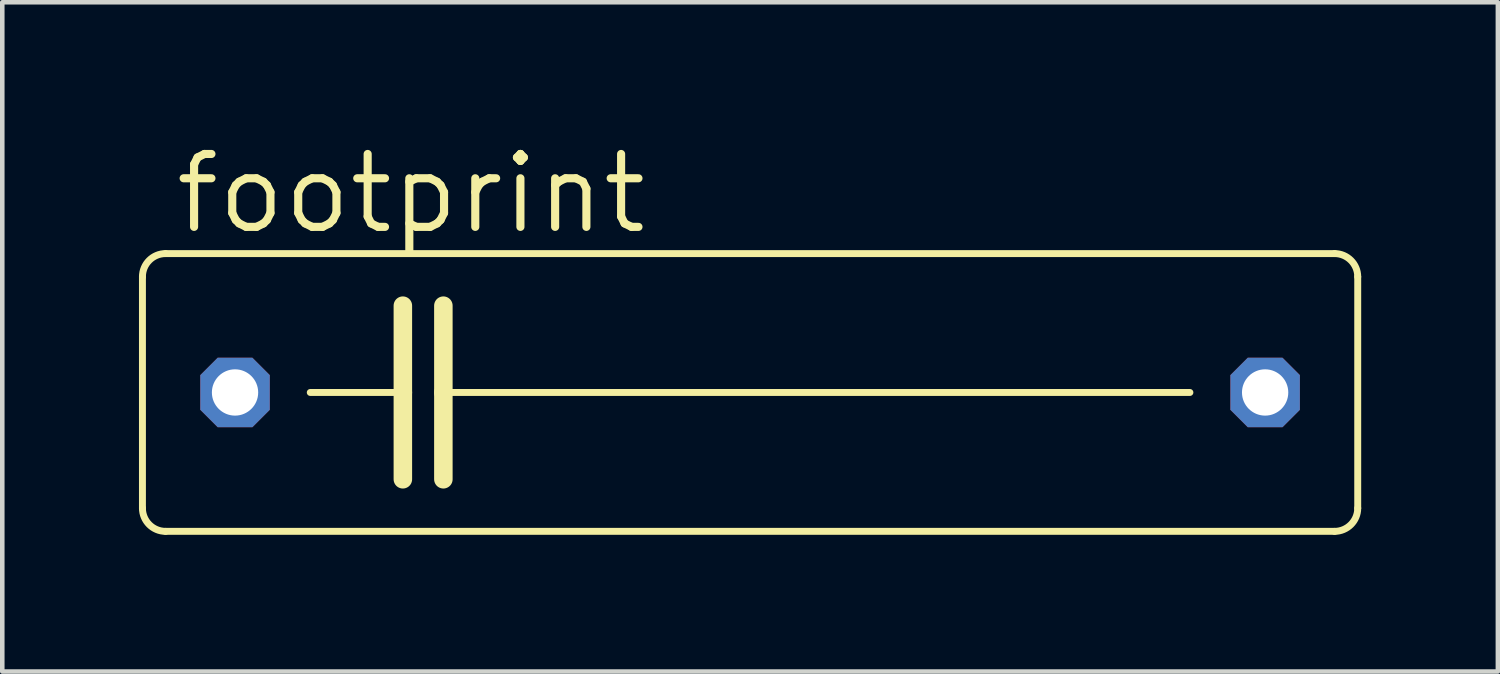
<source format=kicad_pcb>
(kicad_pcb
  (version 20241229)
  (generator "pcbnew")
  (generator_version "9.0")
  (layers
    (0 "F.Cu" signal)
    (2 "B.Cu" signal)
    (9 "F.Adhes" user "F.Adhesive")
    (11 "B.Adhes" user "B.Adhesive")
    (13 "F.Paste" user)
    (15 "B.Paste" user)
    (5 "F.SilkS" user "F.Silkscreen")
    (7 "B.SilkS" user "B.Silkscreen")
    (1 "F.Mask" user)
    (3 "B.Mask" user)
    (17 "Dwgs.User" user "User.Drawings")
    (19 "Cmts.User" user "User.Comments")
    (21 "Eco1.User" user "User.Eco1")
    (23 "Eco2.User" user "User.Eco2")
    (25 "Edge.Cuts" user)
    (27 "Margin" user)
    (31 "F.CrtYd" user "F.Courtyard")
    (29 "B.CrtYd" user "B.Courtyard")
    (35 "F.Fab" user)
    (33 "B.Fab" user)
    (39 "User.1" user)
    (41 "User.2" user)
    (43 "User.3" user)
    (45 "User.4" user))
  (footprint "footprint"
    (layer "F.Cu")
    (at 13.411 5.563)
    (property "Reference" "footprint" (at -12.7 -3.429 0) (layer "F.SilkS") (effects (font (size 1.6 1.6) (thickness 0.178)) (justify left bottom)))
    (fp_line (start -13.335 2.54) (end -13.335 -2.54) (stroke (width 0.152) (type solid)) (layer "F.SilkS"))
    (fp_line (start -12.827 -3.048) (end 12.827 -3.048) (stroke (width 0.152) (type solid)) (layer "F.SilkS"))
    (fp_line (start -9.652 0) (end -7.62 0) (stroke (width 0.152) (type solid)) (layer "F.SilkS"))
    (fp_line (start -7.62 -1.905) (end -7.62 0) (stroke (width 0.406) (type solid)) (layer "F.SilkS"))
    (fp_line (start -7.62 0) (end -7.62 1.905) (stroke (width 0.406) (type solid)) (layer "F.SilkS"))
    (fp_line (start -6.731 -1.905) (end -6.731 0) (stroke (width 0.406) (type solid)) (layer "F.SilkS"))
    (fp_line (start -6.731 0) (end -6.731 1.905) (stroke (width 0.406) (type solid)) (layer "F.SilkS"))
    (fp_line (start -6.731 0) (end 9.652 0) (stroke (width 0.152) (type solid)) (layer "F.SilkS"))
    (fp_line (start 12.827 3.048) (end -12.827 3.048) (stroke (width 0.152) (type solid)) (layer "F.SilkS"))
    (fp_line (start 13.335 -2.54) (end 13.335 2.54) (stroke (width 0.152) (type solid)) (layer "F.SilkS"))
    (fp_arc (start -13.335 -2.54) (mid -13.18621 -2.89921) (end -12.827 -3.048) (stroke (width 0.1524) (type solid)) (layer "F.SilkS"))
    (fp_arc (start -12.827 3.048) (mid -13.18621 2.89921) (end -13.335 2.54) (stroke (width 0.1524) (type solid)) (layer "F.SilkS"))
    (fp_arc (start 12.827 -3.048) (mid 13.18621 -2.89921) (end 13.335 -2.54) (stroke (width 0.1524) (type solid)) (layer "F.SilkS"))
    (fp_arc (start 13.335 2.54) (mid 13.18621 2.89921) (end 12.827 3.048) (stroke (width 0.1524) (type solid)) (layer "F.SilkS"))
    (pad "1" thru_hole roundrect (at -11.303 0) (size 1.524 1.524) (drill 1.016) (layers "*.Cu" "*.Mask") (roundrect_rratio 0.25) (chamfer_ratio 0.25) (chamfer top_left top_right bottom_left bottom_right))
    (pad "2" thru_hole roundrect (at 11.303 0) (size 1.524 1.524) (drill 1.016) (layers "*.Cu" "*.Mask") (roundrect_rratio 0.25) (chamfer_ratio 0.25) (chamfer top_left top_right bottom_left bottom_right)))
  (gr_rect
    (start -3 -3)
    (end 29.822 11.687)
    (stroke (width 0.1) (type default))
    (fill no)
    (layer "Edge.Cuts")))
</source>
